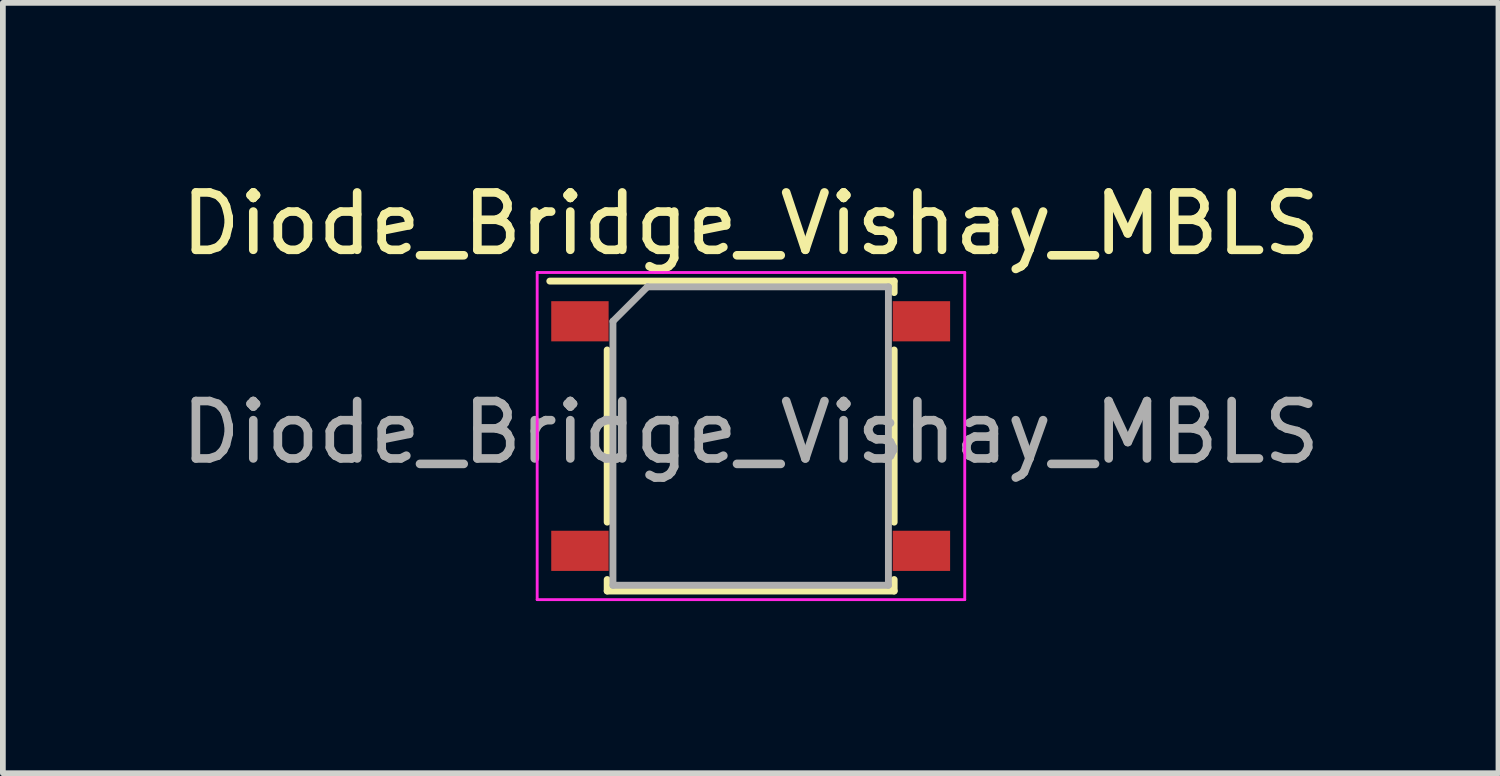
<source format=kicad_pcb>
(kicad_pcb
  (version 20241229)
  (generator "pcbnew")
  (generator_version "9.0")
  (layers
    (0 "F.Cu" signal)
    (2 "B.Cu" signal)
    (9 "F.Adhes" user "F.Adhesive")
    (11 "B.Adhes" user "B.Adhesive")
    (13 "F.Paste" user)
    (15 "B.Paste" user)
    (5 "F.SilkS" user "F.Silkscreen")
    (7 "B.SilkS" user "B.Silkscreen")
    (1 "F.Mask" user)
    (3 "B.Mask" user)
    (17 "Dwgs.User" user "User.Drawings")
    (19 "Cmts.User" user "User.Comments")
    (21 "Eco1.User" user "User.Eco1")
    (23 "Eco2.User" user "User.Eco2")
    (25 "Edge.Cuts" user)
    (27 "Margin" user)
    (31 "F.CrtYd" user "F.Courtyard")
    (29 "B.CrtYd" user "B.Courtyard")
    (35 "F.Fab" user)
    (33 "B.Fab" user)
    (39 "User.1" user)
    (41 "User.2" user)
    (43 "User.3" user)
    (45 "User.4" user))
  (footprint "Diode_Bridge_Vishay_MBLS"
    (layer "F.Cu")
    (at 10.03 4.548)
    (property "Reference" "Diode_Bridge_Vishay_MBLS" (at 0 -3.7 0) (layer "F.SilkS") (effects (font (size 1 1) (thickness 0.15))))
    (attr smd)
    (fp_line (start -2.5 1.5) (end -2.5 -1.5) (stroke (width 0.12) (type solid)) (layer "F.SilkS"))
    (fp_line (start -2.5 2.7) (end -2.5 2.5) (stroke (width 0.12) (type solid)) (layer "F.SilkS"))
    (fp_line (start 2.5 -2.7) (end -3.5 -2.7) (stroke (width 0.12) (type solid)) (layer "F.SilkS"))
    (fp_line (start 2.5 -2.5) (end 2.5 -2.7) (stroke (width 0.12) (type solid)) (layer "F.SilkS"))
    (fp_line (start 2.5 -1.5) (end 2.5 1.5) (stroke (width 0.12) (type solid)) (layer "F.SilkS"))
    (fp_line (start 2.5 2.5) (end 2.5 2.7) (stroke (width 0.12) (type solid)) (layer "F.SilkS"))
    (fp_line (start 2.5 2.7) (end -2.5 2.7) (stroke (width 0.12) (type solid)) (layer "F.SilkS"))
    (fp_line (start -3.72 -2.85) (end -3.72 2.85) (stroke (width 0.05) (type solid)) (layer "F.CrtYd"))
    (fp_line (start -3.72 -2.85) (end 3.73 -2.85) (stroke (width 0.05) (type solid)) (layer "F.CrtYd"))
    (fp_line (start 3.73 2.85) (end -3.72 2.85) (stroke (width 0.05) (type solid)) (layer "F.CrtYd"))
    (fp_line (start 3.73 2.85) (end 3.73 -2.85) (stroke (width 0.05) (type solid)) (layer "F.CrtYd"))
    (fp_line (start -2.4 -2) (end -2.4 2.6) (stroke (width 0.12) (type solid)) (layer "F.Fab"))
    (fp_line (start -2.4 2.6) (end 2.4 2.6) (stroke (width 0.12) (type solid)) (layer "F.Fab"))
    (fp_line (start -1.8 -2.6) (end -2.4 -2) (stroke (width 0.12) (type solid)) (layer "F.Fab"))
    (fp_line (start 2.4 -2.6) (end -1.8 -2.6) (stroke (width 0.12) (type solid)) (layer "F.Fab"))
    (fp_line (start 2.4 2.6) (end 2.4 -2.6) (stroke (width 0.12) (type solid)) (layer "F.Fab"))
    (fp_text user "${REFERENCE}" (at 0 -0.065 0) (layer "F.Fab") (effects (font (size 1 1) (thickness 0.15))))
    (pad "1" smd rect (at -2.975 -2) (size 1 0.7) (layers "F.Cu" "F.Mask" "F.Paste"))
    (pad "2" smd rect (at -2.975 2) (size 1 0.7) (layers "F.Cu" "F.Mask" "F.Paste"))
    (pad "3" smd rect (at 2.975 2) (size 1 0.7) (layers "F.Cu" "F.Mask" "F.Paste"))
    (pad "4" smd rect (at 2.975 -2) (size 1 0.7) (layers "F.Cu" "F.Mask" "F.Paste")))
  (gr_rect
    (start -3 -3)
    (end 23.06 10.423)
    (stroke (width 0.1) (type default))
    (fill no)
    (layer "Edge.Cuts")))
</source>
